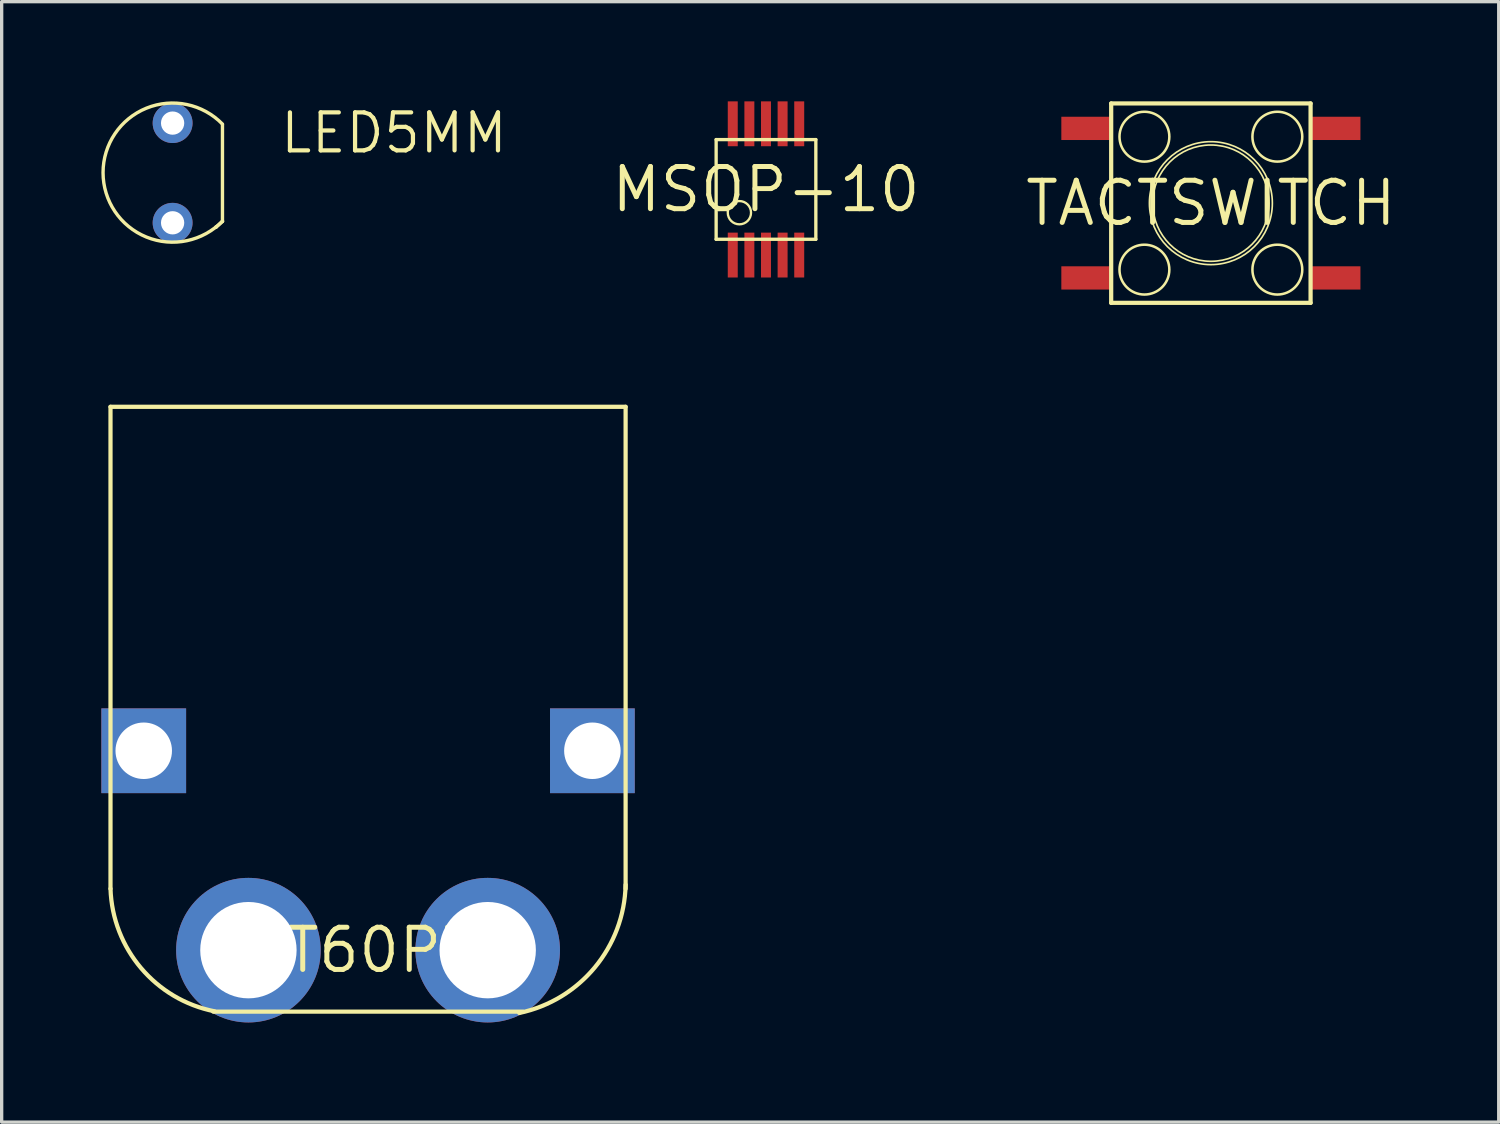
<source format=kicad_pcb>
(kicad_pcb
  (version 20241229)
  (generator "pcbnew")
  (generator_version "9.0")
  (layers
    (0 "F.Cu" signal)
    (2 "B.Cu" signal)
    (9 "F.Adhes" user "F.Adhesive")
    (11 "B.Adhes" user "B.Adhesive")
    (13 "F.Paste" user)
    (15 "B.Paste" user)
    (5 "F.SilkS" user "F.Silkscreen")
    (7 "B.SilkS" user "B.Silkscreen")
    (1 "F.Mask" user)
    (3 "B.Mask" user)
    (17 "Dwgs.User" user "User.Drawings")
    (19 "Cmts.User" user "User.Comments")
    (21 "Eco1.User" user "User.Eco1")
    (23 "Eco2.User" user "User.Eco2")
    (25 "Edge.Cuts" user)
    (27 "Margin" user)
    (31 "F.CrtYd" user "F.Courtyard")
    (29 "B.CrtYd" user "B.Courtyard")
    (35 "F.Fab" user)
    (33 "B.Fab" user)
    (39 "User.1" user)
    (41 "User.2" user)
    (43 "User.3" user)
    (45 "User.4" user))
  (footprint "MSOP-10"
    (layer "F.Cu")
    (at 19.999 2.65)
    (property "Reference" "MSOP-10" (at 0 0 0) (layer "F.SilkS") (effects (font (size 1.27 1.27) (thickness 0.15))))
    (fp_line (start -1.5 -1.5) (end -1.5 1.5) (stroke (width 0.1) (type solid)) (layer "F.SilkS"))
    (fp_line (start -1.5 1.5) (end 1.5 1.5) (stroke (width 0.1) (type solid)) (layer "F.SilkS"))
    (fp_line (start 1.5 -1.5) (end -1.5 -1.5) (stroke (width 0.1) (type solid)) (layer "F.SilkS"))
    (fp_line (start 1.5 1.5) (end 1.5 -1.5) (stroke (width 0.1) (type solid)) (layer "F.SilkS"))
    (fp_circle (center -0.8 0.7) (end -0.45 0.7) (stroke (width 0.07) (type solid)) (fill no) (layer "F.SilkS"))
    (pad "3V3" smd rect (at -1 -1.975) (size 0.3 1.35) (layers "F.Cu" "F.Mask" "F.Paste"))
    (pad "CTS#" smd rect (at 1 1.975) (size 0.3 1.35) (layers "F.Cu" "F.Mask" "F.Paste"))
    (pad "GND" smd rect (at 0 1.975) (size 0.3 1.35) (layers "F.Cu" "F.Mask" "F.Paste"))
    (pad "RTS#" smd rect (at 0.5 1.975) (size 0.3 1.35) (layers "F.Cu" "F.Mask" "F.Paste"))
    (pad "RXD" smd rect (at -0.5 -1.975) (size 0.3 1.35) (layers "F.Cu" "F.Mask" "F.Paste"))
    (pad "TNOW" smd rect (at 1 -1.975) (size 0.3 1.35) (layers "F.Cu" "F.Mask" "F.Paste"))
    (pad "TXD" smd rect (at 0 -1.975) (size 0.3 1.35) (layers "F.Cu" "F.Mask" "F.Paste"))
    (pad "UD+" smd rect (at -1 1.975) (size 0.3 1.35) (layers "F.Cu" "F.Mask" "F.Paste"))
    (pad "UD-" smd rect (at -0.5 1.975) (size 0.3 1.35) (layers "F.Cu" "F.Mask" "F.Paste"))
    (pad "VCC" smd rect (at 0.5 -1.975) (size 0.3 1.35) (layers "F.Cu" "F.Mask" "F.Paste")))
  (footprint "XT60PW"
    (layer "F.Cu")
    (at 8.025 25.541)
    (property "Reference" "XT60PW" (at 0 0 0) (layer "F.SilkS") (effects (font (size 1.27 1.27) (thickness 0.15))))
    (fp_line (start -7.75 -16.35) (end -7.75 -1.85) (stroke (width 0.127) (type solid)) (layer "F.SilkS"))
    (fp_line (start -7.75 -16.35) (end 7.75 -16.35) (stroke (width 0.127) (type solid)) (layer "F.SilkS"))
    (fp_line (start -4.66 1.85) (end 4.66 1.85) (stroke (width 0.127) (type solid)) (layer "F.SilkS"))
    (fp_line (start 7.75 -16.35) (end 7.75 -1.85) (stroke (width 0.127) (type solid)) (layer "F.SilkS"))
    (fp_arc (start -4.62 1.84) (mid -6.828876 0.54116) (end -7.75 -1.85) (stroke (width 0.127) (type solid)) (layer "F.SilkS"))
    (fp_arc (start 7.75 -1.97) (mid 6.82354 0.518375) (end 4.55 1.890001) (stroke (width 0.127) (type solid)) (layer "F.SilkS"))
    (pad "MINUS" thru_hole circle (at -3.6 0) (size 4.35 4.35) (drill 2.9) (layers "*.Cu" "*.Mask"))
    (pad "P$1" thru_hole rect (at -6.75 -6) (size 2.55 2.55) (drill 1.7) (layers "*.Cu" "*.Mask"))
    (pad "P$2" thru_hole rect (at 6.75 -6) (size 2.55 2.55) (drill 1.7) (layers "*.Cu" "*.Mask"))
    (pad "PLUS" thru_hole circle (at 3.6 0) (size 4.35 4.35) (drill 2.9) (layers "*.Cu" "*.Mask")))
  (footprint "TACTSWITCH"
    (layer "F.Cu")
    (at 33.386 3.063)
    (property "Reference" "TACTSWITCH" (at 0 0 0) (layer "F.SilkS") (effects (font (size 1.27 1.27) (thickness 0.15))))
    (fp_line (start -3 -3) (end -3 3) (stroke (width 0.127) (type solid)) (layer "F.SilkS"))
    (fp_line (start -3 3) (end 3 3) (stroke (width 0.127) (type solid)) (layer "F.SilkS"))
    (fp_line (start 3 -3) (end -3 -3) (stroke (width 0.127) (type solid)) (layer "F.SilkS"))
    (fp_line (start 3 3) (end 3 -3) (stroke (width 0.127) (type solid)) (layer "F.SilkS"))
    (fp_circle (center -2 -2) (end -1.25 -2) (stroke (width 0.076) (type solid)) (fill no) (layer "F.SilkS"))
    (fp_circle (center -2 2) (end -1.25 2) (stroke (width 0.076) (type solid)) (fill no) (layer "F.SilkS"))
    (fp_circle (center 0 0) (end 1.75 0) (stroke (width 0.05) (type solid)) (fill no) (layer "F.SilkS"))
    (fp_circle (center 0 0) (end 1.85 0) (stroke (width 0.05) (type solid)) (fill no) (layer "F.SilkS"))
    (fp_circle (center 2 -2) (end 2.75 -2) (stroke (width 0.076) (type solid)) (fill no) (layer "F.SilkS"))
    (fp_circle (center 2 2) (end 2.75 2) (stroke (width 0.076) (type solid)) (fill no) (layer "F.SilkS"))
    (pad "P$1" smd rect (at -3.75 -2.25) (size 1.5 0.7) (layers "F.Cu" "F.Mask" "F.Paste"))
    (pad "P$2" smd rect (at -3.75 2.25) (size 1.5 0.7) (layers "F.Cu" "F.Mask" "F.Paste"))
    (pad "P$3" smd rect (at 3.75 -2.25) (size 1.5 0.7) (layers "F.Cu" "F.Mask" "F.Paste"))
    (pad "P$4" smd rect (at 3.75 2.25) (size 1.5 0.7) (layers "F.Cu" "F.Mask" "F.Paste")))
  (footprint "LED5MM"
    (layer "F.Cu")
    (at 2.144 2.154)
    (property "Reference" "LED5MM" (at 3.175 -0.533 0) (layer "F.SilkS") (effects (font (size 1.143 1.143) (thickness 0.127)) (justify left bottom)))
    (fp_line (start 1.31 1.63) (end 1.3 1.63) (stroke (width 0.102) (type solid)) (layer "F.SilkS"))
    (fp_line (start 1.5 -1.46) (end 1.5 1.45) (stroke (width 0.102) (type solid)) (layer "F.SilkS"))
    (fp_line (start 1.5 1.45) (end 1.5 1.46) (stroke (width 0.102) (type solid)) (layer "F.SilkS"))
    (fp_line (start 1.5 1.46) (end 1.31 1.63) (stroke (width 0.102) (type solid)) (layer "F.SilkS"))
    (fp_arc (start 1.5 1.45) (mid -2.093227 -0.01) (end 1.5 -1.47) (stroke (width 0.1016) (type solid)) (layer "F.SilkS"))
    (pad "A" thru_hole circle (at 0 -1.5 90) (size 1.2 1.2) (drill 0.7) (layers "*.Cu" "*.Mask"))
    (pad "K" thru_hole circle (at 0 1.5 90) (size 1.2 1.2) (drill 0.7) (layers "*.Cu" "*.Mask")))
  (gr_rect
    (start -3 -3)
    (end 42.047 30.715)
    (stroke (width 0.1) (type default))
    (fill no)
    (layer "Edge.Cuts")))
</source>
